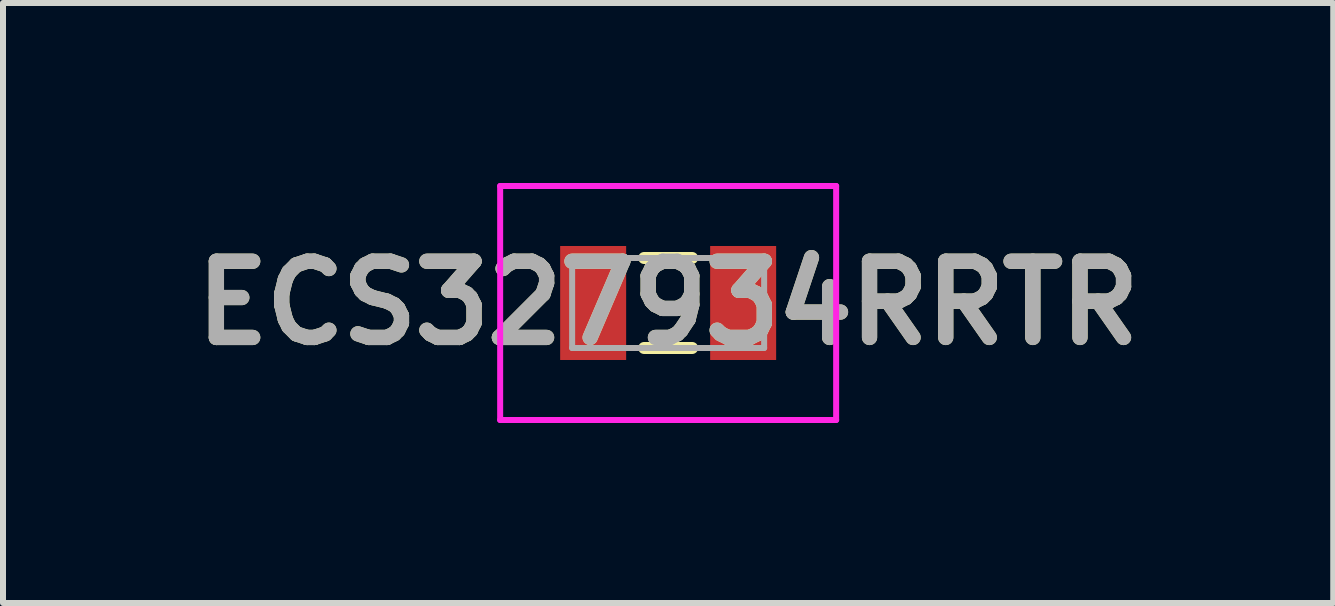
<source format=kicad_pcb>
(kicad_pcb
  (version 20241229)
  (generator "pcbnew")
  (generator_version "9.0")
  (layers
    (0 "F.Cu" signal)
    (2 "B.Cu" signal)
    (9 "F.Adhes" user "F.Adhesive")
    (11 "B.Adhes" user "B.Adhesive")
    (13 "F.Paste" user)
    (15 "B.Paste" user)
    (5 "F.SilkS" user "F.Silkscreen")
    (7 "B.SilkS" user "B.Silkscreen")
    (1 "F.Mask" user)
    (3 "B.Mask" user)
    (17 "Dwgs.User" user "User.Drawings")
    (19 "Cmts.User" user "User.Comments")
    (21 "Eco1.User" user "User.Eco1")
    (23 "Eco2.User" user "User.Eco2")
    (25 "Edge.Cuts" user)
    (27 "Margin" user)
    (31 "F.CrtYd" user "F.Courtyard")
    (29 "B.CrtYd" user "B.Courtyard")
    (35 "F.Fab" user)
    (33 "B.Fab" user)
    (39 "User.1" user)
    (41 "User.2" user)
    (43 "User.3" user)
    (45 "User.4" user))
  (footprint "ECS327934RRTR"
    (layer "F.Cu")
    (at 8.086 2)
    (property "Reference" "ECS327934RRTR" (at 0 0 0) (layer "F.SilkS") (effects (font (size 1.27 1.27) (thickness 0.254))))
    (attr smd)
    (fp_line (start -2.3 0) (end -2.3 0) (stroke (width 0.1) (type solid)) (layer "F.SilkS"))
    (fp_line (start -2.2 0) (end -2.2 0) (stroke (width 0.1) (type solid)) (layer "F.SilkS"))
    (fp_line (start -0.4 -0.75) (end 0.4 -0.75) (stroke (width 0.2) (type solid)) (layer "F.SilkS"))
    (fp_line (start -0.4 0.75) (end 0.4 0.75) (stroke (width 0.2) (type solid)) (layer "F.SilkS"))
    (fp_arc (start -2.3 0) (mid -2.25 -0.05) (end -2.2 0) (stroke (width 0.1) (type solid)) (layer "F.SilkS"))
    (fp_arc (start -2.2 0) (mid -2.25 0.05) (end -2.3 0) (stroke (width 0.1) (type solid)) (layer "F.SilkS"))
    (fp_line (start -2.8 -1.95) (end 2.8 -1.95) (stroke (width 0.1) (type solid)) (layer "F.CrtYd"))
    (fp_line (start -2.8 1.95) (end -2.8 -1.95) (stroke (width 0.1) (type solid)) (layer "F.CrtYd"))
    (fp_line (start 2.8 -1.95) (end 2.8 1.95) (stroke (width 0.1) (type solid)) (layer "F.CrtYd"))
    (fp_line (start 2.8 1.95) (end -2.8 1.95) (stroke (width 0.1) (type solid)) (layer "F.CrtYd"))
    (fp_line (start -1.6 -0.75) (end 1.6 -0.75) (stroke (width 0.1) (type solid)) (layer "F.Fab"))
    (fp_line (start -1.6 0.75) (end -1.6 -0.75) (stroke (width 0.1) (type solid)) (layer "F.Fab"))
    (fp_line (start 1.6 -0.75) (end 1.6 0.75) (stroke (width 0.1) (type solid)) (layer "F.Fab"))
    (fp_line (start 1.6 0.75) (end -1.6 0.75) (stroke (width 0.1) (type solid)) (layer "F.Fab"))
    (fp_text user "${REFERENCE}" (at 0 0 0) (layer "F.Fab") (effects (font (size 1.27 1.27) (thickness 0.254))))
    (pad "1" smd rect (at -1.25 0) (size 1.1 1.9) (layers "F.Cu" "F.Mask" "F.Paste"))
    (pad "2" smd rect (at 1.25 0) (size 1.1 1.9) (layers "F.Cu" "F.Mask" "F.Paste")))
  (gr_rect
    (start -3 -3)
    (end 19.171 7)
    (stroke (width 0.1) (type default))
    (fill no)
    (layer "Edge.Cuts")))
</source>
